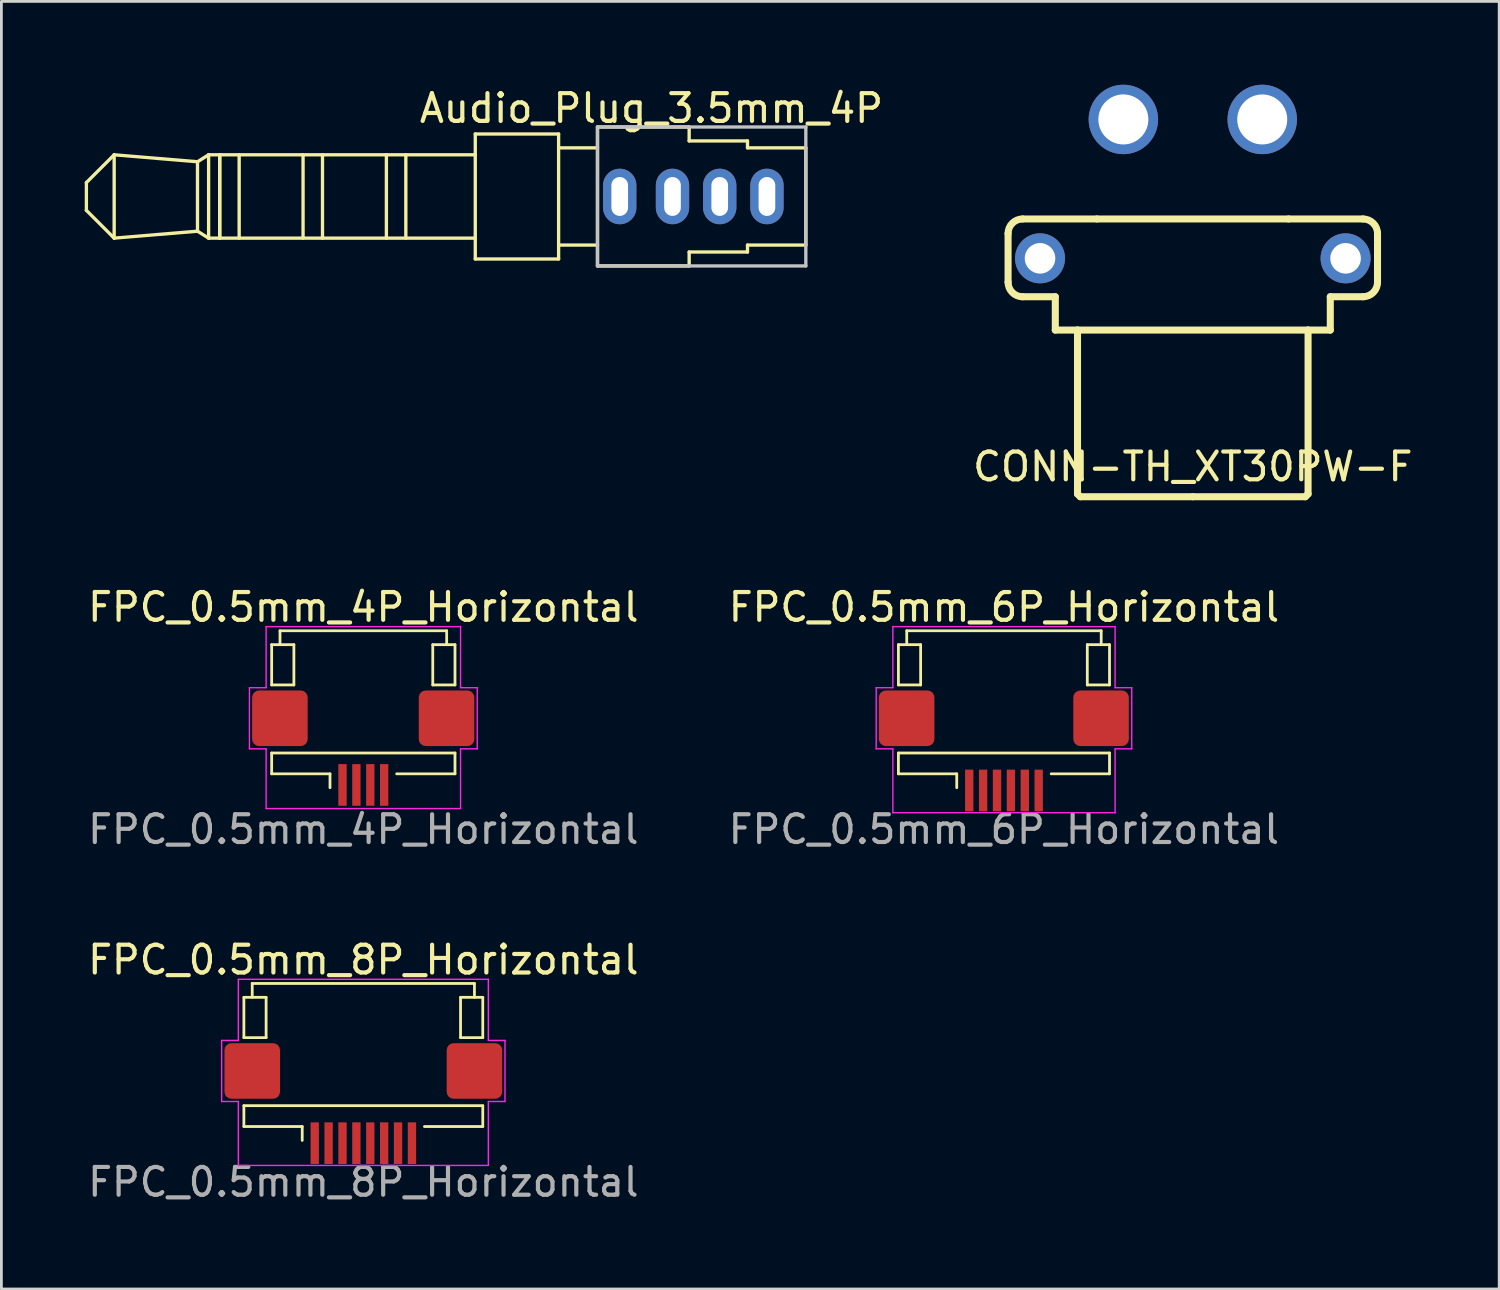
<source format=kicad_pcb>
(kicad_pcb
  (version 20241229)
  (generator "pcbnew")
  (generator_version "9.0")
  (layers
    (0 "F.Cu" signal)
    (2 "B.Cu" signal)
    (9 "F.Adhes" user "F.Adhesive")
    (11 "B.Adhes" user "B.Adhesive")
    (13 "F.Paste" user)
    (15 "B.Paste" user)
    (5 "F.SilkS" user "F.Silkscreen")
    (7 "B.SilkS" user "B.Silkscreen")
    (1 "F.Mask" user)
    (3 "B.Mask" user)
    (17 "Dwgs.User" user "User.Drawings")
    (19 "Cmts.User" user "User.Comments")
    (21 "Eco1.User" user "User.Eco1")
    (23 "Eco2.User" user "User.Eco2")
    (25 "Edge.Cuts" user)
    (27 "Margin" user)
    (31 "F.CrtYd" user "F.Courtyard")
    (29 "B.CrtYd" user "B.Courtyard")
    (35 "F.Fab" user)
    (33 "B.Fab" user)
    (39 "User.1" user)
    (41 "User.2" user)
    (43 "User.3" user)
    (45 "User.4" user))
  (footprint "Audio_Plug_3.5mm_4P"
    (layer "F.Cu")
    (at 19.26 4.023)
    (property "Reference" "Audio_Plug_3.5mm_4P" (at 1.143 -3.175 0) (layer "F.SilkS") (effects (font (size 1 1) (thickness 0.15))))
    (attr through_hole)
    (fp_line (start -19.2 -0.5) (end -19.2 0.5) (stroke (width 0.12) (type solid)) (layer "F.SilkS"))
    (fp_line (start -19.2 -0.5) (end -18.2 -1.5) (stroke (width 0.12) (type solid)) (layer "F.SilkS"))
    (fp_line (start -19.2 0.5) (end -18.2 1.5) (stroke (width 0.12) (type solid)) (layer "F.SilkS"))
    (fp_line (start -18.2 -1.5) (end -18.2 1.5) (stroke (width 0.12) (type solid)) (layer "F.SilkS"))
    (fp_line (start -18.2 -1.5) (end -15.2 -1.25) (stroke (width 0.12) (type solid)) (layer "F.SilkS"))
    (fp_line (start -18.2 1.5) (end -15.2 1.25) (stroke (width 0.12) (type solid)) (layer "F.SilkS"))
    (fp_line (start -15.2 -1.25) (end -15.2 1.25) (stroke (width 0.12) (type solid)) (layer "F.SilkS"))
    (fp_line (start -15.2 -1.25) (end -14.8 -1.5) (stroke (width 0.12) (type solid)) (layer "F.SilkS"))
    (fp_line (start -15.2 1.25) (end -14.8 1.5) (stroke (width 0.12) (type solid)) (layer "F.SilkS"))
    (fp_line (start -14.8 -1.5) (end -14.8 1.5) (stroke (width 0.12) (type solid)) (layer "F.SilkS"))
    (fp_line (start -14.8 -1.5) (end -5.2 -1.5) (stroke (width 0.12) (type solid)) (layer "F.SilkS"))
    (fp_line (start -14.8 1.5) (end -5.2 1.5) (stroke (width 0.12) (type solid)) (layer "F.SilkS"))
    (fp_line (start -14.4 -1.5) (end -14.4 1.5) (stroke (width 0.12) (type solid)) (layer "F.SilkS"))
    (fp_line (start -14.4 -1.5) (end -14.4 1.5) (stroke (width 0.12) (type solid)) (layer "F.SilkS"))
    (fp_line (start -13.7 -1.5) (end -13.7 1.5) (stroke (width 0.12) (type solid)) (layer "F.SilkS"))
    (fp_line (start -11.4 -1.5) (end -11.4 1.5) (stroke (width 0.12) (type solid)) (layer "F.SilkS"))
    (fp_line (start -10.7 -1.5) (end -10.7 1.5) (stroke (width 0.12) (type solid)) (layer "F.SilkS"))
    (fp_line (start -8.4 -1.5) (end -8.4 1.5) (stroke (width 0.12) (type solid)) (layer "F.SilkS"))
    (fp_line (start -7.7 -1.5) (end -7.7 1.5) (stroke (width 0.12) (type solid)) (layer "F.SilkS"))
    (fp_line (start -5.2 -2.25) (end -5.2 2.25) (stroke (width 0.12) (type solid)) (layer "F.SilkS"))
    (fp_line (start -5.2 -2.25) (end -2.2 -2.25) (stroke (width 0.12) (type solid)) (layer "F.SilkS"))
    (fp_line (start -2.2 -2.25) (end -2.2 2.25) (stroke (width 0.12) (type solid)) (layer "F.SilkS"))
    (fp_line (start -2.2 -1.75) (end -0.8 -1.75) (stroke (width 0.12) (type solid)) (layer "F.SilkS"))
    (fp_line (start -2.2 1.75) (end -0.8 1.75) (stroke (width 0.12) (type solid)) (layer "F.SilkS"))
    (fp_line (start -2.2 2.25) (end -5.2 2.25) (stroke (width 0.12) (type solid)) (layer "F.SilkS"))
    (fp_line (start -0.8 -2.5) (end -0.8 2.5) (stroke (width 0.12) (type solid)) (layer "F.SilkS"))
    (fp_line (start -0.8 2.5) (end 2.5 2.5) (stroke (width 0.12) (type solid)) (layer "F.SilkS"))
    (fp_line (start 2.5 -2.5) (end -0.8 -2.5) (stroke (width 0.12) (type solid)) (layer "F.SilkS"))
    (fp_line (start 2.5 -2) (end 2.5 -2.5) (stroke (width 0.12) (type solid)) (layer "F.SilkS"))
    (fp_line (start 2.5 2) (end 2.5 2.5) (stroke (width 0.12) (type solid)) (layer "F.SilkS"))
    (fp_line (start 4.6 -2) (end 2.5 -2) (stroke (width 0.12) (type solid)) (layer "F.SilkS"))
    (fp_line (start 4.6 -1.75) (end 4.6 -2) (stroke (width 0.12) (type solid)) (layer "F.SilkS"))
    (fp_line (start 4.6 1.75) (end 4.6 2) (stroke (width 0.12) (type solid)) (layer "F.SilkS"))
    (fp_line (start 4.6 2) (end 2.5 2) (stroke (width 0.12) (type solid)) (layer "F.SilkS"))
    (fp_line (start 6.7 -1.75) (end 4.6 -1.75) (stroke (width 0.12) (type solid)) (layer "F.SilkS"))
    (fp_line (start 6.7 -1.75) (end 6.7 1.75) (stroke (width 0.12) (type solid)) (layer "F.SilkS"))
    (fp_line (start 6.7 1.75) (end 4.6 1.75) (stroke (width 0.12) (type solid)) (layer "F.SilkS"))
    (fp_line (start -0.8 -2.5) (end -0.8 2.5) (stroke (width 0.12) (type solid)) (layer "Dwgs.User"))
    (fp_line (start -0.8 2.5) (end 6.7 2.5) (stroke (width 0.12) (type solid)) (layer "Dwgs.User"))
    (fp_line (start 6.7 -2.5) (end -0.8 -2.5) (stroke (width 0.12) (type solid)) (layer "Dwgs.User"))
    (fp_line (start 6.7 -2.5) (end 6.7 2.5) (stroke (width 0.12) (type solid)) (layer "Dwgs.User"))
    (pad "1" thru_hole oval (at 5.3 0 90) (size 2 1.2) (drill oval 1.4 0.6) (layers "*.Cu" "*.Mask"))
    (pad "2" thru_hole oval (at 3.6 0 90) (size 2 1.2) (drill oval 1.4 0.6) (layers "*.Cu" "*.Mask"))
    (pad "3" thru_hole oval (at 1.9 0 90) (size 2 1.2) (drill oval 1.4 0.6) (layers "*.Cu" "*.Mask"))
    (pad "4" thru_hole oval (at 0 0 90) (size 2 1.2) (drill oval 1.4 0.6) (layers "*.Cu" "*.Mask")))
  (footprint "CONN-TH_XT30PW-F"
    (layer "F.Cu")
    (at 39.891 3.75)
    (property "Reference" "CONN-TH_XT30PW-F" (at 0 10 0) (layer "F.SilkS") (effects (font (size 1 1) (thickness 0.15))))
    (attr through_hole)
    (fp_line (start -6.65 1.606) (end -6.65 3.36) (stroke (width 0.254) (type solid)) (layer "F.SilkS"))
    (fp_line (start -6.127 3.883) (end -4.95 3.883) (stroke (width 0.254) (type solid)) (layer "F.SilkS"))
    (fp_line (start -4.95 3.883) (end -4.95 5.083) (stroke (width 0.254) (type solid)) (layer "F.SilkS"))
    (fp_line (start -4.95 5.083) (end -4.15 5.083) (stroke (width 0.254) (type solid)) (layer "F.SilkS"))
    (fp_line (start -4.15 5.083) (end -4.15 10.983) (stroke (width 0.254) (type solid)) (layer "F.SilkS"))
    (fp_line (start -4.15 10.983) (end -4.05 11.083) (stroke (width 0.254) (type solid)) (layer "F.SilkS"))
    (fp_line (start -4.05 11.083) (end 0 11.083) (stroke (width 0.254) (type solid)) (layer "F.SilkS"))
    (fp_line (start -3.45 1.083) (end -6.127 1.083) (stroke (width 0.254) (type solid)) (layer "F.SilkS"))
    (fp_line (start -3.45 1.083) (end 3.45 1.083) (stroke (width 0.254) (type solid)) (layer "F.SilkS"))
    (fp_line (start 3.45 1.083) (end 6.127 1.083) (stroke (width 0.254) (type solid)) (layer "F.SilkS"))
    (fp_line (start 4.05 11.083) (end 0 11.083) (stroke (width 0.254) (type solid)) (layer "F.SilkS"))
    (fp_line (start 4.15 5.083) (end -4.15 5.083) (stroke (width 0.254) (type solid)) (layer "F.SilkS"))
    (fp_line (start 4.15 5.083) (end 4.15 10.983) (stroke (width 0.254) (type solid)) (layer "F.SilkS"))
    (fp_line (start 4.15 10.983) (end 4.05 11.083) (stroke (width 0.254) (type solid)) (layer "F.SilkS"))
    (fp_line (start 4.95 3.883) (end 4.95 5.083) (stroke (width 0.254) (type solid)) (layer "F.SilkS"))
    (fp_line (start 4.95 5.083) (end 4.15 5.083) (stroke (width 0.254) (type solid)) (layer "F.SilkS"))
    (fp_line (start 6.127 3.883) (end 4.95 3.883) (stroke (width 0.254) (type solid)) (layer "F.SilkS"))
    (fp_line (start 6.65 1.606) (end 6.65 3.36) (stroke (width 0.254) (type solid)) (layer "F.SilkS"))
    (fp_arc (start -6.649974 1.605991) (mid -6.496795 1.236184) (end -6.126988 1.083005) (stroke (width 0.254) (type solid)) (layer "F.SilkS"))
    (fp_arc (start -6.126988 3.883) (mid -6.496797 3.729804) (end -6.649975 3.359988) (stroke (width 0.254) (type solid)) (layer "F.SilkS"))
    (fp_arc (start 6.127013 1.083005) (mid 6.49682 1.236184) (end 6.649999 1.605991) (stroke (width 0.254) (type solid)) (layer "F.SilkS"))
    (fp_arc (start 6.649999 3.359988) (mid 6.496813 3.729813) (end 6.126988 3.882999) (stroke (width 0.254) (type solid)) (layer "F.SilkS"))
    (fp_circle (center -2.54 -3.02) (end -2.54 -2.82) (stroke (width 0.4) (type solid)) (fill no) (layer "Cmts.User"))
    (pad "1" thru_hole circle (at -2.5 -2.5) (size 2.5 2.5) (drill 1.8) (layers "*.Cu" "*.Mask"))
    (pad "2" thru_hole circle (at 2.5 -2.5) (size 2.5 2.5) (drill 1.8) (layers "*.Cu" "*.Mask"))
    (pad "3" thru_hole circle (at 5.5 2.5) (size 1.8 1.8) (drill 1.1) (layers "*.Cu" "*.Mask"))
    (pad "4" thru_hole circle (at -5.5 2.5) (size 1.8 1.8) (drill 1.1) (layers "*.Cu" "*.Mask")))
  (footprint "FPC_0.5mm_8P_Horizontal"
    (layer "F.Cu")
    (at 10.03 37.505)
    (property "Reference" "FPC_0.5mm_8P_Horizontal" (at 0 -6 0) (layer "F.SilkS") (effects (font (size 1 1) (thickness 0.15))))
    (attr smd)
    (fp_line (start -4.3 -4.65) (end -3.5 -4.65) (stroke (width 0.1) (type default)) (layer "F.SilkS"))
    (fp_line (start -4.3 -3.2) (end -4.3 -4.65) (stroke (width 0.1) (type solid)) (layer "F.SilkS"))
    (fp_line (start -4.3 -3.2) (end -3.5 -3.2) (stroke (width 0.1) (type default)) (layer "F.SilkS"))
    (fp_line (start -4.3 -0.75) (end 4.3 -0.75) (stroke (width 0.1) (type default)) (layer "F.SilkS"))
    (fp_line (start -4.3 0) (end -4.3 -0.75) (stroke (width 0.1) (type solid)) (layer "F.SilkS"))
    (fp_line (start -4 -5.15) (end -4 -4.65) (stroke (width 0.1) (type default)) (layer "F.SilkS"))
    (fp_line (start -3.5 -4.65) (end -3.5 -3.2) (stroke (width 0.1) (type default)) (layer "F.SilkS"))
    (fp_line (start -2.2 0) (end -4.3 0) (stroke (width 0.1) (type solid)) (layer "F.SilkS"))
    (fp_line (start -2.2 0) (end -2.2 0.5) (stroke (width 0.1) (type solid)) (layer "F.SilkS"))
    (fp_line (start 2.2 0) (end 4.3 0.000003) (stroke (width 0.1) (type solid)) (layer "F.SilkS"))
    (fp_line (start 3.5 -4.65) (end 4.3 -4.65) (stroke (width 0.1) (type default)) (layer "F.SilkS"))
    (fp_line (start 3.5 -3.2) (end 3.5 -4.65) (stroke (width 0.1) (type default)) (layer "F.SilkS"))
    (fp_line (start 3.5 -3.2) (end 4.3 -3.2) (stroke (width 0.1) (type default)) (layer "F.SilkS"))
    (fp_line (start 4 -5.15) (end -4 -5.15) (stroke (width 0.1) (type solid)) (layer "F.SilkS"))
    (fp_line (start 4 -5.15) (end 4 -4.65) (stroke (width 0.1) (type default)) (layer "F.SilkS"))
    (fp_line (start 4.3 -3.2) (end 4.3 -4.65) (stroke (width 0.1) (type solid)) (layer "F.SilkS"))
    (fp_line (start 4.3 0.000003) (end 4.3 -0.75) (stroke (width 0.1) (type solid)) (layer "F.SilkS"))
    (fp_line (start -5.1 -3.1) (end -5.1 -0.9) (stroke (width 0.05) (type default)) (layer "F.CrtYd"))
    (fp_line (start -5.1 -0.9) (end -4.5 -0.9) (stroke (width 0.05) (type default)) (layer "F.CrtYd"))
    (fp_line (start -4.5 -5.3) (end -4.5 -3.1) (stroke (width 0.05) (type default)) (layer "F.CrtYd"))
    (fp_line (start -4.5 -3.1) (end -5.1 -3.1) (stroke (width 0.05) (type default)) (layer "F.CrtYd"))
    (fp_line (start -4.5 -0.9) (end -4.5 1.4) (stroke (width 0.05) (type default)) (layer "F.CrtYd"))
    (fp_line (start -4.5 1.4) (end 4.5 1.4) (stroke (width 0.05) (type solid)) (layer "F.CrtYd"))
    (fp_line (start 4.5 -5.3) (end -4.5 -5.3) (stroke (width 0.05) (type solid)) (layer "F.CrtYd"))
    (fp_line (start 4.5 -5.3) (end 4.5 -3.1) (stroke (width 0.05) (type default)) (layer "F.CrtYd"))
    (fp_line (start 4.5 -3.1) (end 5.1 -3.1) (stroke (width 0.05) (type default)) (layer "F.CrtYd"))
    (fp_line (start 4.5 -0.9) (end 4.5 1.4) (stroke (width 0.05) (type default)) (layer "F.CrtYd"))
    (fp_line (start 5.1 -3.1) (end 5.1 -0.9) (stroke (width 0.05) (type default)) (layer "F.CrtYd"))
    (fp_line (start 5.1 -0.9) (end 4.5 -0.9) (stroke (width 0.05) (type default)) (layer "F.CrtYd"))
    (fp_text user "${REFERENCE}" (at 0 2 180) (layer "F.Fab") (effects (font (size 1 1) (thickness 0.15))))
    (pad "1" smd rect (at -1.75 0.6 180) (size 0.3 1.5) (layers "F.Cu" "F.Mask" "F.Paste"))
    (pad "2" smd rect (at -1.25 0.6 180) (size 0.3 1.5) (layers "F.Cu" "F.Mask" "F.Paste"))
    (pad "3" smd rect (at -0.75 0.6 180) (size 0.3 1.5) (layers "F.Cu" "F.Mask" "F.Paste"))
    (pad "4" smd rect (at -0.25 0.6 180) (size 0.3 1.5) (layers "F.Cu" "F.Mask" "F.Paste"))
    (pad "5" smd rect (at 0.25 0.6 180) (size 0.3 1.5) (layers "F.Cu" "F.Mask" "F.Paste"))
    (pad "6" smd rect (at 0.75 0.6 180) (size 0.3 1.5) (layers "F.Cu" "F.Mask" "F.Paste"))
    (pad "7" smd rect (at 1.25 0.6 180) (size 0.3 1.5) (layers "F.Cu" "F.Mask" "F.Paste"))
    (pad "8" smd rect (at 1.75 0.6 180) (size 0.3 1.5) (layers "F.Cu" "F.Mask" "F.Paste"))
    (pad "MP" smd roundrect (at -4 -2 270) (size 2 2) (layers "F.Cu" "F.Mask" "F.Paste") (roundrect_rratio 0.125))
    (pad "MP" smd roundrect (at 4 -2 180) (size 2 2) (layers "F.Cu" "F.Mask" "F.Paste") (roundrect_rratio 0.125)))
  (footprint "FPC_0.5mm_4P_Horizontal"
    (layer "F.Cu")
    (at 10.03 24.808)
    (property "Reference" "FPC_0.5mm_4P_Horizontal" (at 0 -6 0) (layer "F.SilkS") (effects (font (size 1 1) (thickness 0.15))))
    (attr smd)
    (fp_line (start -3.3 -4.65) (end -2.5 -4.65) (stroke (width 0.1) (type default)) (layer "F.SilkS"))
    (fp_line (start -3.3 -3.2) (end -3.3 -4.65) (stroke (width 0.1) (type solid)) (layer "F.SilkS"))
    (fp_line (start -3.3 -3.2) (end -2.5 -3.2) (stroke (width 0.1) (type default)) (layer "F.SilkS"))
    (fp_line (start -3.3 -0.75) (end 3.3 -0.75) (stroke (width 0.1) (type default)) (layer "F.SilkS"))
    (fp_line (start -3.3 0) (end -3.3 -0.75) (stroke (width 0.1) (type solid)) (layer "F.SilkS"))
    (fp_line (start -3 -5.15) (end -3 -4.65) (stroke (width 0.1) (type default)) (layer "F.SilkS"))
    (fp_line (start -2.5 -4.65) (end -2.5 -3.2) (stroke (width 0.1) (type default)) (layer "F.SilkS"))
    (fp_line (start -1.2 0) (end -3.3 0) (stroke (width 0.1) (type solid)) (layer "F.SilkS"))
    (fp_line (start -1.2 0) (end -1.2 0.5) (stroke (width 0.1) (type solid)) (layer "F.SilkS"))
    (fp_line (start 1.2 0) (end 3.3 0.000003) (stroke (width 0.1) (type solid)) (layer "F.SilkS"))
    (fp_line (start 2.5 -4.65) (end 3.3 -4.65) (stroke (width 0.1) (type default)) (layer "F.SilkS"))
    (fp_line (start 2.5 -3.2) (end 2.5 -4.65) (stroke (width 0.1) (type default)) (layer "F.SilkS"))
    (fp_line (start 2.5 -3.2) (end 3.3 -3.2) (stroke (width 0.1) (type default)) (layer "F.SilkS"))
    (fp_line (start 3 -5.15) (end -3 -5.15) (stroke (width 0.1) (type solid)) (layer "F.SilkS"))
    (fp_line (start 3 -5.15) (end 3 -4.65) (stroke (width 0.1) (type default)) (layer "F.SilkS"))
    (fp_line (start 3.3 -3.2) (end 3.3 -4.65) (stroke (width 0.1) (type solid)) (layer "F.SilkS"))
    (fp_line (start 3.3 0.000003) (end 3.3 -0.75) (stroke (width 0.1) (type solid)) (layer "F.SilkS"))
    (fp_line (start -4.1 -3.1) (end -4.1 -0.9) (stroke (width 0.05) (type default)) (layer "F.CrtYd"))
    (fp_line (start -4.1 -0.9) (end -3.5 -0.9) (stroke (width 0.05) (type default)) (layer "F.CrtYd"))
    (fp_line (start -3.5 -5.3) (end -3.5 -3.1) (stroke (width 0.05) (type default)) (layer "F.CrtYd"))
    (fp_line (start -3.5 -3.1) (end -4.1 -3.1) (stroke (width 0.05) (type default)) (layer "F.CrtYd"))
    (fp_line (start -3.5 -0.9) (end -3.5 1.25) (stroke (width 0.05) (type default)) (layer "F.CrtYd"))
    (fp_line (start -3.5 1.25) (end 3.5 1.25) (stroke (width 0.05) (type solid)) (layer "F.CrtYd"))
    (fp_line (start 3.5 -5.3) (end -3.5 -5.3) (stroke (width 0.05) (type solid)) (layer "F.CrtYd"))
    (fp_line (start 3.5 -5.3) (end 3.5 -3.1) (stroke (width 0.05) (type default)) (layer "F.CrtYd"))
    (fp_line (start 3.5 -3.1) (end 4.1 -3.1) (stroke (width 0.05) (type default)) (layer "F.CrtYd"))
    (fp_line (start 3.5 -0.9) (end 3.5 1.25) (stroke (width 0.05) (type default)) (layer "F.CrtYd"))
    (fp_line (start 4.1 -3.1) (end 4.1 -0.9) (stroke (width 0.05) (type default)) (layer "F.CrtYd"))
    (fp_line (start 4.1 -0.9) (end 3.5 -0.9) (stroke (width 0.05) (type default)) (layer "F.CrtYd"))
    (fp_text user "${REFERENCE}" (at 0 2 180) (layer "F.Fab") (effects (font (size 1 1) (thickness 0.15))))
    (pad "1" smd rect (at -0.75 0.4 180) (size 0.3 1.5) (layers "F.Cu" "F.Mask" "F.Paste"))
    (pad "2" smd rect (at -0.25 0.4 180) (size 0.3 1.5) (layers "F.Cu" "F.Mask" "F.Paste"))
    (pad "3" smd rect (at 0.25 0.4 180) (size 0.3 1.5) (layers "F.Cu" "F.Mask" "F.Paste"))
    (pad "4" smd rect (at 0.75 0.4 180) (size 0.3 1.5) (layers "F.Cu" "F.Mask" "F.Paste"))
    (pad "MP" smd roundrect (at -3.004 -2 270) (size 2 2) (layers "F.Cu" "F.Mask" "F.Paste") (roundrect_rratio 0.125))
    (pad "MP" smd roundrect (at 2.996 -2 180) (size 2 2) (layers "F.Cu" "F.Mask" "F.Paste") (roundrect_rratio 0.125)))
  (footprint "FPC_0.5mm_6P_Horizontal"
    (layer "F.Cu")
    (at 33.093 24.808)
    (property "Reference" "FPC_0.5mm_6P_Horizontal" (at 0 -6 0) (layer "F.SilkS") (effects (font (size 1 1) (thickness 0.15))))
    (attr smd)
    (fp_line (start -3.8 -4.65) (end -3 -4.65) (stroke (width 0.1) (type default)) (layer "F.SilkS"))
    (fp_line (start -3.8 -3.2) (end -3.8 -4.65) (stroke (width 0.1) (type solid)) (layer "F.SilkS"))
    (fp_line (start -3.8 -3.2) (end -3 -3.2) (stroke (width 0.1) (type default)) (layer "F.SilkS"))
    (fp_line (start -3.8 -0.75) (end 3.8 -0.75) (stroke (width 0.1) (type default)) (layer "F.SilkS"))
    (fp_line (start -3.8 0) (end -3.8 -0.75) (stroke (width 0.1) (type solid)) (layer "F.SilkS"))
    (fp_line (start -3.5 -5.15) (end -3.5 -4.65) (stroke (width 0.1) (type default)) (layer "F.SilkS"))
    (fp_line (start -3 -4.65) (end -3 -3.2) (stroke (width 0.1) (type default)) (layer "F.SilkS"))
    (fp_line (start -1.7 0) (end -3.8 0) (stroke (width 0.1) (type solid)) (layer "F.SilkS"))
    (fp_line (start -1.7 0) (end -1.7 0.5) (stroke (width 0.1) (type solid)) (layer "F.SilkS"))
    (fp_line (start 1.7 0) (end 3.8 0.000003) (stroke (width 0.1) (type solid)) (layer "F.SilkS"))
    (fp_line (start 3 -4.65) (end 3.8 -4.65) (stroke (width 0.1) (type default)) (layer "F.SilkS"))
    (fp_line (start 3 -3.2) (end 3 -4.65) (stroke (width 0.1) (type default)) (layer "F.SilkS"))
    (fp_line (start 3 -3.2) (end 3.8 -3.2) (stroke (width 0.1) (type default)) (layer "F.SilkS"))
    (fp_line (start 3.5 -5.15) (end -3.5 -5.15) (stroke (width 0.1) (type solid)) (layer "F.SilkS"))
    (fp_line (start 3.5 -5.15) (end 3.5 -4.65) (stroke (width 0.1) (type default)) (layer "F.SilkS"))
    (fp_line (start 3.8 -3.2) (end 3.8 -4.65) (stroke (width 0.1) (type solid)) (layer "F.SilkS"))
    (fp_line (start 3.8 0.000003) (end 3.8 -0.75) (stroke (width 0.1) (type solid)) (layer "F.SilkS"))
    (fp_line (start -4.6 -3.1) (end -4.6 -0.9) (stroke (width 0.05) (type default)) (layer "F.CrtYd"))
    (fp_line (start -4.6 -0.9) (end -4 -0.9) (stroke (width 0.05) (type default)) (layer "F.CrtYd"))
    (fp_line (start -4 -5.3) (end -4 -3.1) (stroke (width 0.05) (type default)) (layer "F.CrtYd"))
    (fp_line (start -4 -3.1) (end -4.6 -3.1) (stroke (width 0.05) (type default)) (layer "F.CrtYd"))
    (fp_line (start -4 -0.9) (end -4 1.4) (stroke (width 0.05) (type default)) (layer "F.CrtYd"))
    (fp_line (start -4 1.4) (end 4 1.4) (stroke (width 0.05) (type solid)) (layer "F.CrtYd"))
    (fp_line (start 4 -5.3) (end -4 -5.3) (stroke (width 0.05) (type solid)) (layer "F.CrtYd"))
    (fp_line (start 4 -5.3) (end 4 -3.1) (stroke (width 0.05) (type default)) (layer "F.CrtYd"))
    (fp_line (start 4 -3.1) (end 4.6 -3.1) (stroke (width 0.05) (type default)) (layer "F.CrtYd"))
    (fp_line (start 4 -0.9) (end 4 1.4) (stroke (width 0.05) (type default)) (layer "F.CrtYd"))
    (fp_line (start 4.6 -3.1) (end 4.6 -0.9) (stroke (width 0.05) (type default)) (layer "F.CrtYd"))
    (fp_line (start 4.6 -0.9) (end 4 -0.9) (stroke (width 0.05) (type default)) (layer "F.CrtYd"))
    (fp_text user "${REFERENCE}" (at -0.004 2 180) (layer "F.Fab") (effects (font (size 1 1) (thickness 0.15))))
    (pad "1" smd rect (at -1.25 0.6 180) (size 0.3 1.5) (layers "F.Cu" "F.Mask" "F.Paste"))
    (pad "2" smd rect (at -0.75 0.6 180) (size 0.3 1.5) (layers "F.Cu" "F.Mask" "F.Paste"))
    (pad "3" smd rect (at -0.25 0.6 180) (size 0.3 1.5) (layers "F.Cu" "F.Mask" "F.Paste"))
    (pad "4" smd rect (at 0.25 0.6 180) (size 0.3 1.5) (layers "F.Cu" "F.Mask" "F.Paste"))
    (pad "5" smd rect (at 0.75 0.6 180) (size 0.3 1.5) (layers "F.Cu" "F.Mask" "F.Paste"))
    (pad "6" smd rect (at 1.25 0.6 180) (size 0.3 1.5) (layers "F.Cu" "F.Mask" "F.Paste"))
    (pad "MP" smd roundrect (at -3.504 -2 270) (size 2 2) (layers "F.Cu" "F.Mask" "F.Paste") (roundrect_rratio 0.125))
    (pad "MP" smd roundrect (at 3.496 -2 180) (size 2 2) (layers "F.Cu" "F.Mask" "F.Paste") (roundrect_rratio 0.125)))
  (gr_rect
    (start -3 -3)
    (end 50.921 43.353)
    (stroke (width 0.1) (type default))
    (fill no)
    (layer "Edge.Cuts")))
</source>
